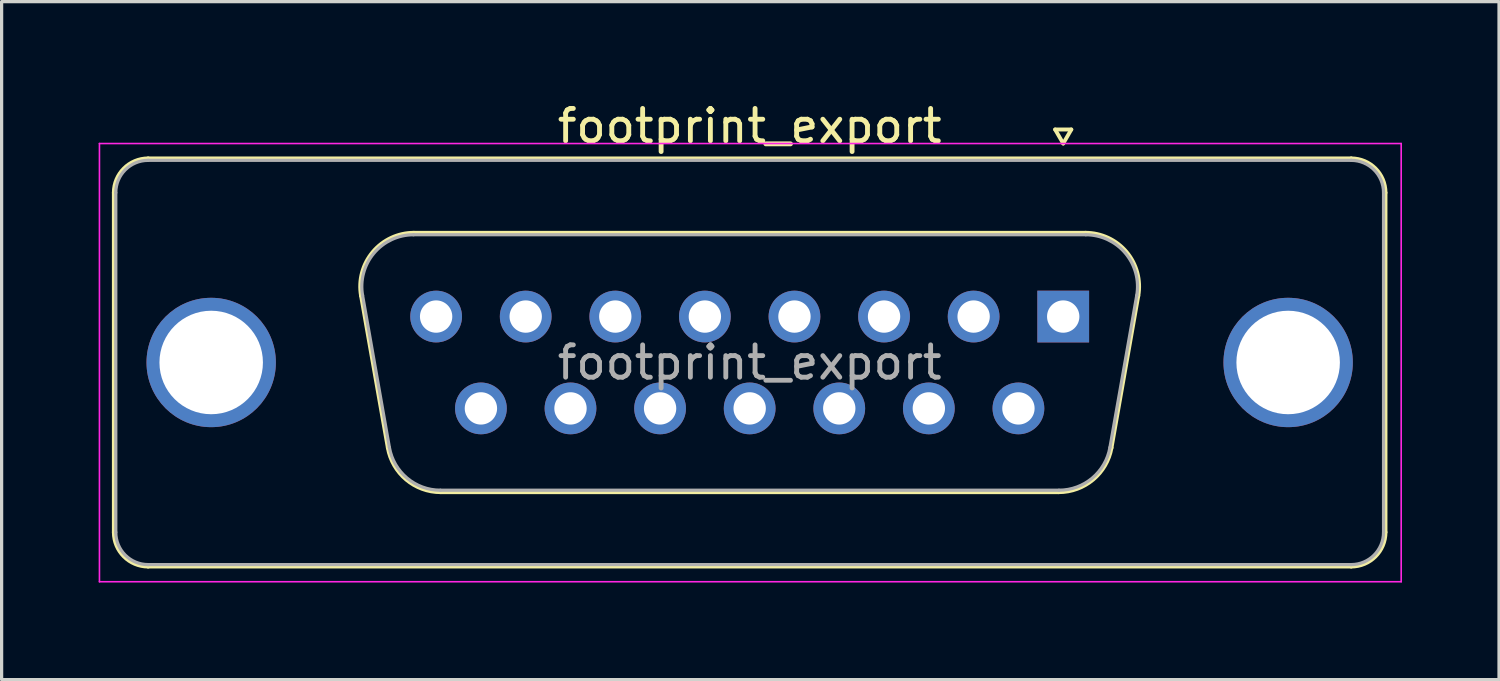
<source format=kicad_pcb>
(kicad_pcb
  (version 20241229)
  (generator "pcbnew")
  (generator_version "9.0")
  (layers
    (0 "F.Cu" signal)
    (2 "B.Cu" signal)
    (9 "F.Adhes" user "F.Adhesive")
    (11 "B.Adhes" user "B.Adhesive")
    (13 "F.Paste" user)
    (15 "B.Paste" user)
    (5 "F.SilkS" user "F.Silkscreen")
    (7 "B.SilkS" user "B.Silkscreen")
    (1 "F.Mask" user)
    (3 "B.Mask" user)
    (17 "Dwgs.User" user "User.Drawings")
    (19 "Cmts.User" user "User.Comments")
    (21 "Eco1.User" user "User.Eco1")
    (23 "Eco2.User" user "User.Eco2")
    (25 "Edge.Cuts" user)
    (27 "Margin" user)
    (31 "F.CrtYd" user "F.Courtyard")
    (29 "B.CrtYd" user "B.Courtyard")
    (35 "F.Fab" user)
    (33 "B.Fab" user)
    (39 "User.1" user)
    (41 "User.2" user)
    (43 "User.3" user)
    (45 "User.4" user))
  (footprint "footprint_export"
    (layer "F.Cu")
    (at 29.825 6.738)
    (property "Reference" "footprint_export" (at -9.695 -5.89 0) (layer "F.SilkS") (effects (font (size 1 1) (thickness 0.15))))
    (attr through_hole)
    (fp_line (start -29.355 6.67) (end -29.355 -3.83) (stroke (width 0.12) (type solid)) (layer "F.SilkS"))
    (fp_line (start -28.295 -4.89) (end 8.905 -4.89) (stroke (width 0.12) (type solid)) (layer "F.SilkS"))
    (fp_line (start -21.711 -0.642) (end -20.883 4.058) (stroke (width 0.12) (type solid)) (layer "F.SilkS"))
    (fp_line (start -20.077 -2.59) (end 0.687 -2.59) (stroke (width 0.12) (type solid)) (layer "F.SilkS"))
    (fp_line (start -19.248 5.43) (end -0.142 5.43) (stroke (width 0.12) (type solid)) (layer "F.SilkS"))
    (fp_line (start -0.25 -5.784) (end 0.25 -5.784) (stroke (width 0.12) (type solid)) (layer "F.SilkS"))
    (fp_line (start 0 -5.351) (end -0.25 -5.784) (stroke (width 0.12) (type solid)) (layer "F.SilkS"))
    (fp_line (start 0.25 -5.784) (end 0 -5.351) (stroke (width 0.12) (type solid)) (layer "F.SilkS"))
    (fp_line (start 2.321 -0.642) (end 1.493 4.058) (stroke (width 0.12) (type solid)) (layer "F.SilkS"))
    (fp_line (start 8.905 7.73) (end -28.295 7.73) (stroke (width 0.12) (type solid)) (layer "F.SilkS"))
    (fp_line (start 9.965 -3.83) (end 9.965 6.67) (stroke (width 0.12) (type solid)) (layer "F.SilkS"))
    (fp_arc (start -29.355 -3.83) (mid -29.044533 -4.579533) (end -28.295 -4.89) (stroke (width 0.12) (type solid)) (layer "F.SilkS"))
    (fp_arc (start -28.295 7.73) (mid -29.044533 7.419533) (end -29.355 6.67) (stroke (width 0.12) (type solid)) (layer "F.SilkS"))
    (fp_arc (start -21.71147 -0.641744) (mid -21.348323 -1.997028) (end -20.076689 -2.59) (stroke (width 0.12) (type solid)) (layer "F.SilkS"))
    (fp_arc (start -19.247952 5.43) (mid -20.314979 5.041634) (end -20.882733 4.058256) (stroke (width 0.12) (type solid)) (layer "F.SilkS"))
    (fp_arc (start 0.686689 -2.59) (mid 1.958323 -1.997027) (end 2.32147 -0.641744) (stroke (width 0.12) (type solid)) (layer "F.SilkS"))
    (fp_arc (start 1.492733 4.058256) (mid 0.92498 5.041634) (end -0.142048 5.43) (stroke (width 0.12) (type solid)) (layer "F.SilkS"))
    (fp_arc (start 8.905 -4.89) (mid 9.654533 -4.579533) (end 9.965 -3.83) (stroke (width 0.12) (type solid)) (layer "F.SilkS"))
    (fp_arc (start 9.965 6.67) (mid 9.654533 7.419533) (end 8.905 7.73) (stroke (width 0.12) (type solid)) (layer "F.SilkS"))
    (fp_line (start -29.8 -5.35) (end -29.8 8.2) (stroke (width 0.05) (type solid)) (layer "F.CrtYd"))
    (fp_line (start -29.8 8.2) (end 10.45 8.2) (stroke (width 0.05) (type solid)) (layer "F.CrtYd"))
    (fp_line (start 10.45 -5.35) (end -29.8 -5.35) (stroke (width 0.05) (type solid)) (layer "F.CrtYd"))
    (fp_line (start 10.45 8.2) (end 10.45 -5.35) (stroke (width 0.05) (type solid)) (layer "F.CrtYd"))
    (fp_line (start -29.295 6.67) (end -29.295 -3.83) (stroke (width 0.1) (type solid)) (layer "F.Fab"))
    (fp_line (start -28.295 -4.83) (end 8.905 -4.83) (stroke (width 0.1) (type solid)) (layer "F.Fab"))
    (fp_line (start -21.664 -0.652) (end -20.835 4.048) (stroke (width 0.1) (type solid)) (layer "F.Fab"))
    (fp_line (start -20.088 -2.53) (end 0.698 -2.53) (stroke (width 0.1) (type solid)) (layer "F.Fab"))
    (fp_line (start -19.259 5.37) (end -0.131 5.37) (stroke (width 0.1) (type solid)) (layer "F.Fab"))
    (fp_line (start 2.274 -0.652) (end 1.445 4.048) (stroke (width 0.1) (type solid)) (layer "F.Fab"))
    (fp_line (start 8.905 7.67) (end -28.295 7.67) (stroke (width 0.1) (type solid)) (layer "F.Fab"))
    (fp_line (start 9.905 -3.83) (end 9.905 6.67) (stroke (width 0.1) (type solid)) (layer "F.Fab"))
    (fp_arc (start -29.295 -3.83) (mid -29.002107 -4.537107) (end -28.295 -4.83) (stroke (width 0.1) (type solid)) (layer "F.Fab"))
    (fp_arc (start -28.295 7.67) (mid -29.002107 7.377107) (end -29.295 6.67) (stroke (width 0.1) (type solid)) (layer "F.Fab"))
    (fp_arc (start -21.663886 -0.652163) (mid -21.313865 -1.95846) (end -20.088194 -2.53) (stroke (width 0.1) (type solid)) (layer "F.Fab"))
    (fp_arc (start -19.259457 5.37) (mid -20.287917 4.995671) (end -20.835149 4.047837) (stroke (width 0.1) (type solid)) (layer "F.Fab"))
    (fp_arc (start 0.698194 -2.53) (mid 1.923865 -1.95846) (end 2.273886 -0.652163) (stroke (width 0.1) (type solid)) (layer "F.Fab"))
    (fp_arc (start 1.445149 4.047837) (mid 0.897917 4.995671) (end -0.130543 5.37) (stroke (width 0.1) (type solid)) (layer "F.Fab"))
    (fp_arc (start 8.905 -4.83) (mid 9.612107 -4.537107) (end 9.905 -3.83) (stroke (width 0.1) (type solid)) (layer "F.Fab"))
    (fp_arc (start 9.905 6.67) (mid 9.612107 7.377107) (end 8.905 7.67) (stroke (width 0.1) (type solid)) (layer "F.Fab"))
    (fp_text user "${REFERENCE}" (at -9.695 1.42 0) (layer "F.Fab") (effects (font (size 1 1) (thickness 0.15))))
    (pad "0" thru_hole circle (at -26.345 1.42) (size 4 4) (drill 3.2) (layers "*.Cu" "*.Mask"))
    (pad "0" thru_hole circle (at 6.955 1.42) (size 4 4) (drill 3.2) (layers "*.Cu" "*.Mask"))
    (pad "1" thru_hole rect (at 0 0) (size 1.6 1.6) (drill 1) (layers "*.Cu" "*.Mask"))
    (pad "2" thru_hole circle (at -2.77 0) (size 1.6 1.6) (drill 1) (layers "*.Cu" "*.Mask"))
    (pad "3" thru_hole circle (at -5.54 0) (size 1.6 1.6) (drill 1) (layers "*.Cu" "*.Mask"))
    (pad "4" thru_hole circle (at -8.31 0) (size 1.6 1.6) (drill 1) (layers "*.Cu" "*.Mask"))
    (pad "5" thru_hole circle (at -11.08 0) (size 1.6 1.6) (drill 1) (layers "*.Cu" "*.Mask"))
    (pad "6" thru_hole circle (at -13.85 0) (size 1.6 1.6) (drill 1) (layers "*.Cu" "*.Mask"))
    (pad "7" thru_hole circle (at -16.62 0) (size 1.6 1.6) (drill 1) (layers "*.Cu" "*.Mask"))
    (pad "8" thru_hole circle (at -19.39 0) (size 1.6 1.6) (drill 1) (layers "*.Cu" "*.Mask"))
    (pad "9" thru_hole circle (at -1.385 2.84) (size 1.6 1.6) (drill 1) (layers "*.Cu" "*.Mask"))
    (pad "10" thru_hole circle (at -4.155 2.84) (size 1.6 1.6) (drill 1) (layers "*.Cu" "*.Mask"))
    (pad "11" thru_hole circle (at -6.925 2.84) (size 1.6 1.6) (drill 1) (layers "*.Cu" "*.Mask"))
    (pad "12" thru_hole circle (at -9.695 2.84) (size 1.6 1.6) (drill 1) (layers "*.Cu" "*.Mask"))
    (pad "13" thru_hole circle (at -12.465 2.84) (size 1.6 1.6) (drill 1) (layers "*.Cu" "*.Mask"))
    (pad "14" thru_hole circle (at -15.235 2.84) (size 1.6 1.6) (drill 1) (layers "*.Cu" "*.Mask"))
    (pad "15" thru_hole circle (at -18.005 2.84) (size 1.6 1.6) (drill 1) (layers "*.Cu" "*.Mask")))
  (gr_rect
    (start -3 -3)
    (end 43.3 17.963)
    (stroke (width 0.1) (type default))
    (fill no)
    (layer "Edge.Cuts")))
</source>
